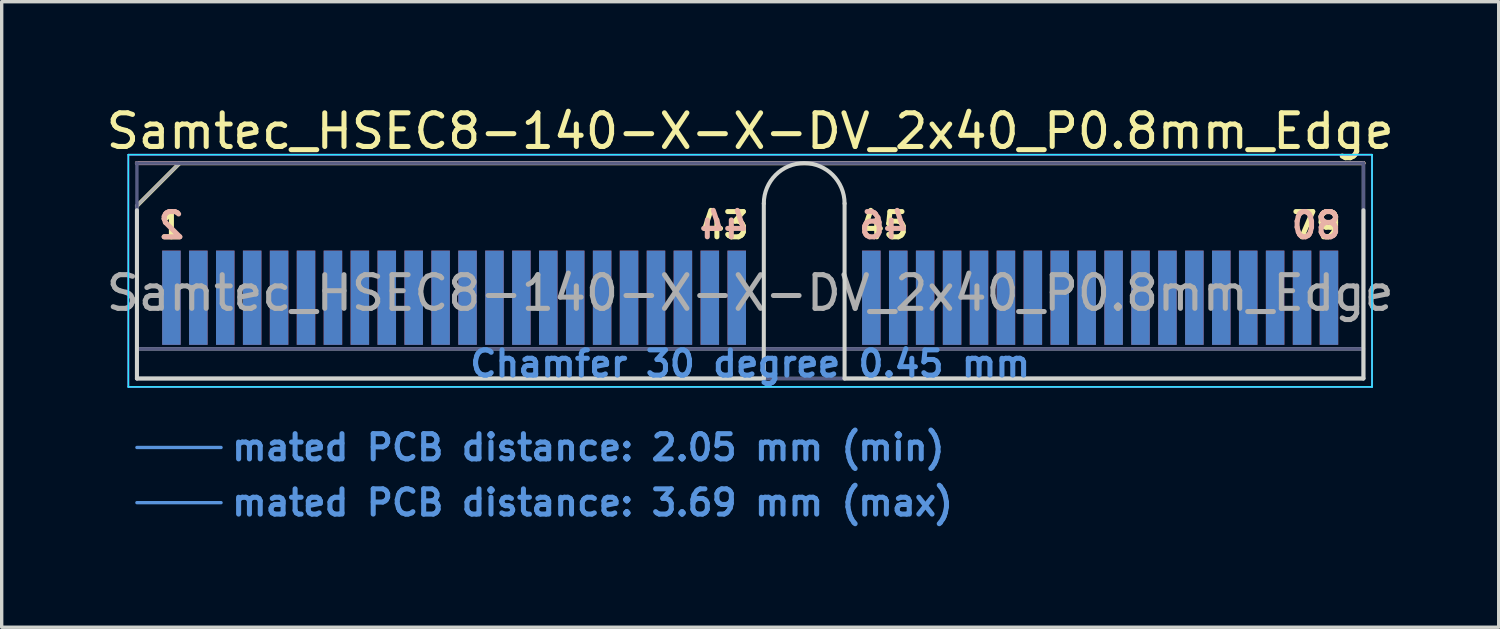
<source format=kicad_pcb>
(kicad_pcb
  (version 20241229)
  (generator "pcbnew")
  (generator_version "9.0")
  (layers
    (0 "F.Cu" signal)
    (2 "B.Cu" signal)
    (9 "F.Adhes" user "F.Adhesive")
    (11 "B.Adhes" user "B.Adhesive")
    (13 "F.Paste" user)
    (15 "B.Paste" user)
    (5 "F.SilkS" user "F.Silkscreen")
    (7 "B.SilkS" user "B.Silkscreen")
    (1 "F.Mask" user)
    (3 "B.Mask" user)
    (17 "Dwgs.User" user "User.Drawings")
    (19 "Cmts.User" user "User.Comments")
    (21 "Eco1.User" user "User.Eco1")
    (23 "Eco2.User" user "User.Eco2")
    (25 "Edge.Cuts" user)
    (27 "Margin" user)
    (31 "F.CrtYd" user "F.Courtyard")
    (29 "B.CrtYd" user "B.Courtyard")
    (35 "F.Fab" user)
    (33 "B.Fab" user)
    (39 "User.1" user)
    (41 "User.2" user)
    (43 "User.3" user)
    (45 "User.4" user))
  (footprint "Samtec_HSEC8-140-X-X-DV_2x40_P0.8mm_Edge"
    (layer "F.Cu")
    (at 19.244 8.198)
    (property "Reference" "Samtec_HSEC8-140-X-X-DV_2x40_P0.8mm_Edge" (at 0 -7.35 0) (layer "F.SilkS") (effects (font (size 1 1) (thickness 0.15))))
    (attr exclude_from_pos_files exclude_from_bom)
    (fp_line (start -18.225 -5.13) (end -16.955 -6.4) (stroke (width 0.12) (type solid)) (layer "F.SilkS"))
    (fp_line (start -16.955 -6.4) (end 18.225 -6.4) (stroke (width 0.12) (type solid)) (layer "F.SilkS"))
    (fp_line (start -18.225 -6.4) (end -18.225 -6.4) (stroke (width 0.12) (type solid)) (layer "B.SilkS"))
    (fp_line (start -18.225 -6.4) (end 18.225 -6.4) (stroke (width 0.12) (type solid)) (layer "B.SilkS"))
    (fp_line (start -18.225 2.05) (end -15.725 2.05) (stroke (width 0.1) (type solid)) (layer "Cmts.User"))
    (fp_line (start -18.225 3.69) (end -15.725 3.69) (stroke (width 0.1) (type solid)) (layer "Cmts.User"))
    (fp_line (start -18.225 -5) (end -18.225 0) (stroke (width 0.12) (type solid)) (layer "Edge.Cuts"))
    (fp_line (start -18.225 0) (end 0.405 0) (stroke (width 0.12) (type solid)) (layer "Edge.Cuts"))
    (fp_line (start 0.405 0) (end 0.405 -5.2) (stroke (width 0.12) (type solid)) (layer "Edge.Cuts"))
    (fp_line (start 2.805 -5.2) (end 2.805 0) (stroke (width 0.12) (type solid)) (layer "Edge.Cuts"))
    (fp_line (start 2.805 0) (end 18.225 0) (stroke (width 0.12) (type solid)) (layer "Edge.Cuts"))
    (fp_line (start 18.225 0) (end 18.225 -5) (stroke (width 0.12) (type solid)) (layer "Edge.Cuts"))
    (fp_arc (start 0.405 -5.2) (mid 1.605 -6.4) (end 2.805 -5.2) (stroke (width 0.12) (type solid)) (layer "Edge.Cuts"))
    (fp_line (start -18.48 -6.65) (end -18.48 0.25) (stroke (width 0.05) (type solid)) (layer "B.CrtYd"))
    (fp_line (start -18.48 0.25) (end 18.48 0.25) (stroke (width 0.05) (type solid)) (layer "B.CrtYd"))
    (fp_line (start 18.48 -6.65) (end -18.48 -6.65) (stroke (width 0.05) (type solid)) (layer "B.CrtYd"))
    (fp_line (start 18.48 0.25) (end 18.48 -6.65) (stroke (width 0.05) (type solid)) (layer "B.CrtYd"))
    (fp_line (start -18.48 -6.65) (end -18.48 0.25) (stroke (width 0.05) (type solid)) (layer "F.CrtYd"))
    (fp_line (start -18.48 0.25) (end 18.48 0.25) (stroke (width 0.05) (type solid)) (layer "F.CrtYd"))
    (fp_line (start 18.48 -6.65) (end -18.48 -6.65) (stroke (width 0.05) (type solid)) (layer "F.CrtYd"))
    (fp_line (start 18.48 0.25) (end 18.48 -6.65) (stroke (width 0.05) (type solid)) (layer "F.CrtYd"))
    (fp_line (start -18.225 -6.4) (end -18.225 -6.4) (stroke (width 0.1) (type solid)) (layer "B.Fab"))
    (fp_line (start -18.225 -6.4) (end -18.225 0) (stroke (width 0.1) (type solid)) (layer "B.Fab"))
    (fp_line (start -18.225 -6.4) (end 18.225 -6.4) (stroke (width 0.1) (type solid)) (layer "B.Fab"))
    (fp_line (start -18.225 -0.88) (end 18.225 -0.88) (stroke (width 0.1) (type solid)) (layer "B.Fab"))
    (fp_line (start -18.225 0) (end 18.225 0) (stroke (width 0.1) (type solid)) (layer "B.Fab"))
    (fp_line (start 18.225 -6.4) (end 18.225 0) (stroke (width 0.1) (type solid)) (layer "B.Fab"))
    (fp_line (start -18.225 -5.13) (end -18.225 0) (stroke (width 0.1) (type solid)) (layer "F.Fab"))
    (fp_line (start -18.225 -5.13) (end -16.955 -6.4) (stroke (width 0.1) (type solid)) (layer "F.Fab"))
    (fp_line (start -18.225 -0.88) (end 18.225 -0.88) (stroke (width 0.1) (type solid)) (layer "F.Fab"))
    (fp_line (start -18.225 0) (end 18.225 0) (stroke (width 0.1) (type solid)) (layer "F.Fab"))
    (fp_line (start -16.955 -6.4) (end 18.225 -6.4) (stroke (width 0.1) (type solid)) (layer "F.Fab"))
    (fp_line (start 18.225 -6.4) (end 18.225 0) (stroke (width 0.1) (type solid)) (layer "F.Fab"))
    (fp_text user "1" (at -17.2 -4.55 0) (layer "F.SilkS") (effects (font (size 0.75 0.75) (thickness 0.15))))
    (fp_text user "43" (at -0.775 -4.55 0) (layer "F.SilkS") (effects (font (size 0.75 0.75) (thickness 0.15))))
    (fp_text user "79" (at 16.825 -4.55 0) (layer "F.SilkS") (effects (font (size 0.75 0.75) (thickness 0.15))))
    (fp_text user "45" (at 3.975 -4.55 0) (layer "F.SilkS") (effects (font (size 0.75 0.75) (thickness 0.15))))
    (fp_text user "44" (at -0.775 -4.55 0) (layer "B.SilkS") (effects (font (size 0.75 0.75) (thickness 0.15)) (justify mirror)))
    (fp_text user "46" (at 3.975 -4.55 0) (layer "B.SilkS") (effects (font (size 0.75 0.75) (thickness 0.15)) (justify mirror)))
    (fp_text user "80" (at 16.825 -4.55 0) (layer "B.SilkS") (effects (font (size 0.75 0.75) (thickness 0.15)) (justify mirror)))
    (fp_text user "2" (at -17.2 -4.55 0) (layer "B.SilkS") (effects (font (size 0.75 0.75) (thickness 0.15)) (justify mirror)))
    (fp_text user "mated PCB distance: 3.69 mm (max)" (at -15.48 3.69 0) (layer "Cmts.User") (effects (font (size 0.75 0.75) (thickness 0.15)) (justify left)))
    (fp_text user "Chamfer 30 degree 0.45 mm" (at 0 -0.44 0) (layer "Cmts.User") (effects (font (size 0.75 0.75) (thickness 0.15))))
    (fp_text user "mated PCB distance: 2.05 mm (min)" (at -15.48 2.05 0) (layer "Cmts.User") (effects (font (size 0.75 0.75) (thickness 0.15)) (justify left)))
    (fp_text user "${REFERENCE}" (at 0 -2.54 0) (layer "F.Fab") (effects (font (size 1 1) (thickness 0.15))))
    (pad "1" connect rect (at -17.2 -2.4) (size 0.55 2.8) (layers "F.Cu" "F.Mask"))
    (pad "2" connect rect (at -17.2 -2.4) (size 0.55 2.8) (layers "B.Cu" "B.Mask"))
    (pad "3" connect rect (at -16.4 -2.4) (size 0.55 2.8) (layers "F.Cu" "F.Mask"))
    (pad "4" connect rect (at -16.4 -2.4) (size 0.55 2.8) (layers "B.Cu" "B.Mask"))
    (pad "5" connect rect (at -15.6 -2.4) (size 0.55 2.8) (layers "F.Cu" "F.Mask"))
    (pad "6" connect rect (at -15.6 -2.4) (size 0.55 2.8) (layers "B.Cu" "B.Mask"))
    (pad "7" connect rect (at -14.8 -2.4) (size 0.55 2.8) (layers "F.Cu" "F.Mask"))
    (pad "8" connect rect (at -14.8 -2.4) (size 0.55 2.8) (layers "B.Cu" "B.Mask"))
    (pad "9" connect rect (at -14 -2.4) (size 0.55 2.8) (layers "F.Cu" "F.Mask"))
    (pad "10" connect rect (at -14 -2.4) (size 0.55 2.8) (layers "B.Cu" "B.Mask"))
    (pad "11" connect rect (at -13.2 -2.4) (size 0.55 2.8) (layers "F.Cu" "F.Mask"))
    (pad "12" connect rect (at -13.2 -2.4) (size 0.55 2.8) (layers "B.Cu" "B.Mask"))
    (pad "13" connect rect (at -12.4 -2.4) (size 0.55 2.8) (layers "F.Cu" "F.Mask"))
    (pad "14" connect rect (at -12.4 -2.4) (size 0.55 2.8) (layers "B.Cu" "B.Mask"))
    (pad "15" connect rect (at -11.6 -2.4) (size 0.55 2.8) (layers "F.Cu" "F.Mask"))
    (pad "16" connect rect (at -11.6 -2.4) (size 0.55 2.8) (layers "B.Cu" "B.Mask"))
    (pad "17" connect rect (at -10.8 -2.4) (size 0.55 2.8) (layers "F.Cu" "F.Mask"))
    (pad "18" connect rect (at -10.8 -2.4) (size 0.55 2.8) (layers "B.Cu" "B.Mask"))
    (pad "19" connect rect (at -10 -2.4) (size 0.55 2.8) (layers "F.Cu" "F.Mask"))
    (pad "20" connect rect (at -10 -2.4) (size 0.55 2.8) (layers "B.Cu" "B.Mask"))
    (pad "21" connect rect (at -9.2 -2.4) (size 0.55 2.8) (layers "F.Cu" "F.Mask"))
    (pad "22" connect rect (at -9.2 -2.4) (size 0.55 2.8) (layers "B.Cu" "B.Mask"))
    (pad "23" connect rect (at -8.4 -2.4) (size 0.55 2.8) (layers "F.Cu" "F.Mask"))
    (pad "24" connect rect (at -8.4 -2.4) (size 0.55 2.8) (layers "B.Cu" "B.Mask"))
    (pad "25" connect rect (at -7.6 -2.4) (size 0.55 2.8) (layers "F.Cu" "F.Mask"))
    (pad "26" connect rect (at -7.6 -2.4) (size 0.55 2.8) (layers "B.Cu" "B.Mask"))
    (pad "27" connect rect (at -6.8 -2.4) (size 0.55 2.8) (layers "F.Cu" "F.Mask"))
    (pad "28" connect rect (at -6.8 -2.4) (size 0.55 2.8) (layers "B.Cu" "B.Mask"))
    (pad "29" connect rect (at -6 -2.4) (size 0.55 2.8) (layers "F.Cu" "F.Mask"))
    (pad "30" connect rect (at -6 -2.4) (size 0.55 2.8) (layers "B.Cu" "B.Mask"))
    (pad "31" connect rect (at -5.2 -2.4) (size 0.55 2.8) (layers "F.Cu" "F.Mask"))
    (pad "32" connect rect (at -5.2 -2.4) (size 0.55 2.8) (layers "B.Cu" "B.Mask"))
    (pad "33" connect rect (at -4.4 -2.4) (size 0.55 2.8) (layers "F.Cu" "F.Mask"))
    (pad "34" connect rect (at -4.4 -2.4) (size 0.55 2.8) (layers "B.Cu" "B.Mask"))
    (pad "35" connect rect (at -3.6 -2.4) (size 0.55 2.8) (layers "F.Cu" "F.Mask"))
    (pad "36" connect rect (at -3.6 -2.4) (size 0.55 2.8) (layers "B.Cu" "B.Mask"))
    (pad "37" connect rect (at -2.8 -2.4) (size 0.55 2.8) (layers "F.Cu" "F.Mask"))
    (pad "38" connect rect (at -2.8 -2.4) (size 0.55 2.8) (layers "B.Cu" "B.Mask"))
    (pad "39" connect rect (at -2 -2.4) (size 0.55 2.8) (layers "F.Cu" "F.Mask"))
    (pad "40" connect rect (at -2 -2.4) (size 0.55 2.8) (layers "B.Cu" "B.Mask"))
    (pad "41" connect rect (at -1.2 -2.4) (size 0.55 2.8) (layers "F.Cu" "F.Mask"))
    (pad "42" connect rect (at -1.2 -2.4) (size 0.55 2.8) (layers "B.Cu" "B.Mask"))
    (pad "43" connect rect (at -0.4 -2.4) (size 0.55 2.8) (layers "F.Cu" "F.Mask"))
    (pad "44" connect rect (at -0.4 -2.4) (size 0.55 2.8) (layers "B.Cu" "B.Mask"))
    (pad "45" connect rect (at 3.6 -2.4) (size 0.55 2.8) (layers "F.Cu" "F.Mask"))
    (pad "46" connect rect (at 3.6 -2.4) (size 0.55 2.8) (layers "B.Cu" "B.Mask"))
    (pad "47" connect rect (at 4.4 -2.4) (size 0.55 2.8) (layers "F.Cu" "F.Mask"))
    (pad "48" connect rect (at 4.4 -2.4) (size 0.55 2.8) (layers "B.Cu" "B.Mask"))
    (pad "49" connect rect (at 5.2 -2.4) (size 0.55 2.8) (layers "F.Cu" "F.Mask"))
    (pad "50" connect rect (at 5.2 -2.4) (size 0.55 2.8) (layers "B.Cu" "B.Mask"))
    (pad "51" connect rect (at 6 -2.4) (size 0.55 2.8) (layers "F.Cu" "F.Mask"))
    (pad "52" connect rect (at 6 -2.4) (size 0.55 2.8) (layers "B.Cu" "B.Mask"))
    (pad "53" connect rect (at 6.8 -2.4) (size 0.55 2.8) (layers "F.Cu" "F.Mask"))
    (pad "54" connect rect (at 6.8 -2.4) (size 0.55 2.8) (layers "B.Cu" "B.Mask"))
    (pad "55" connect rect (at 7.6 -2.4) (size 0.55 2.8) (layers "F.Cu" "F.Mask"))
    (pad "56" connect rect (at 7.6 -2.4) (size 0.55 2.8) (layers "B.Cu" "B.Mask"))
    (pad "57" connect rect (at 8.4 -2.4) (size 0.55 2.8) (layers "F.Cu" "F.Mask"))
    (pad "58" connect rect (at 8.4 -2.4) (size 0.55 2.8) (layers "B.Cu" "B.Mask"))
    (pad "59" connect rect (at 9.2 -2.4) (size 0.55 2.8) (layers "F.Cu" "F.Mask"))
    (pad "60" connect rect (at 9.2 -2.4) (size 0.55 2.8) (layers "B.Cu" "B.Mask"))
    (pad "61" connect rect (at 10 -2.4) (size 0.55 2.8) (layers "F.Cu" "F.Mask"))
    (pad "62" connect rect (at 10 -2.4) (size 0.55 2.8) (layers "B.Cu" "B.Mask"))
    (pad "63" connect rect (at 10.8 -2.4) (size 0.55 2.8) (layers "F.Cu" "F.Mask"))
    (pad "64" connect rect (at 10.8 -2.4) (size 0.55 2.8) (layers "B.Cu" "B.Mask"))
    (pad "65" connect rect (at 11.6 -2.4) (size 0.55 2.8) (layers "F.Cu" "F.Mask"))
    (pad "66" connect rect (at 11.6 -2.4) (size 0.55 2.8) (layers "B.Cu" "B.Mask"))
    (pad "67" connect rect (at 12.4 -2.4) (size 0.55 2.8) (layers "F.Cu" "F.Mask"))
    (pad "68" connect rect (at 12.4 -2.4) (size 0.55 2.8) (layers "B.Cu" "B.Mask"))
    (pad "69" connect rect (at 13.2 -2.4) (size 0.55 2.8) (layers "F.Cu" "F.Mask"))
    (pad "70" connect rect (at 13.2 -2.4) (size 0.55 2.8) (layers "B.Cu" "B.Mask"))
    (pad "71" connect rect (at 14 -2.4) (size 0.55 2.8) (layers "F.Cu" "F.Mask"))
    (pad "72" connect rect (at 14 -2.4) (size 0.55 2.8) (layers "B.Cu" "B.Mask"))
    (pad "73" connect rect (at 14.8 -2.4) (size 0.55 2.8) (layers "F.Cu" "F.Mask"))
    (pad "74" connect rect (at 14.8 -2.4) (size 0.55 2.8) (layers "B.Cu" "B.Mask"))
    (pad "75" connect rect (at 15.6 -2.4) (size 0.55 2.8) (layers "F.Cu" "F.Mask"))
    (pad "76" connect rect (at 15.6 -2.4) (size 0.55 2.8) (layers "B.Cu" "B.Mask"))
    (pad "77" connect rect (at 16.4 -2.4) (size 0.55 2.8) (layers "F.Cu" "F.Mask"))
    (pad "78" connect rect (at 16.4 -2.4) (size 0.55 2.8) (layers "B.Cu" "B.Mask"))
    (pad "79" connect rect (at 17.2 -2.4) (size 0.55 2.8) (layers "F.Cu" "F.Mask"))
    (pad "80" connect rect (at 17.2 -2.4) (size 0.55 2.8) (layers "B.Cu" "B.Mask")))
  (gr_rect
    (start -3 -3)
    (end 41.488 15.59)
    (stroke (width 0.1) (type default))
    (fill no)
    (layer "Edge.Cuts")))
</source>
